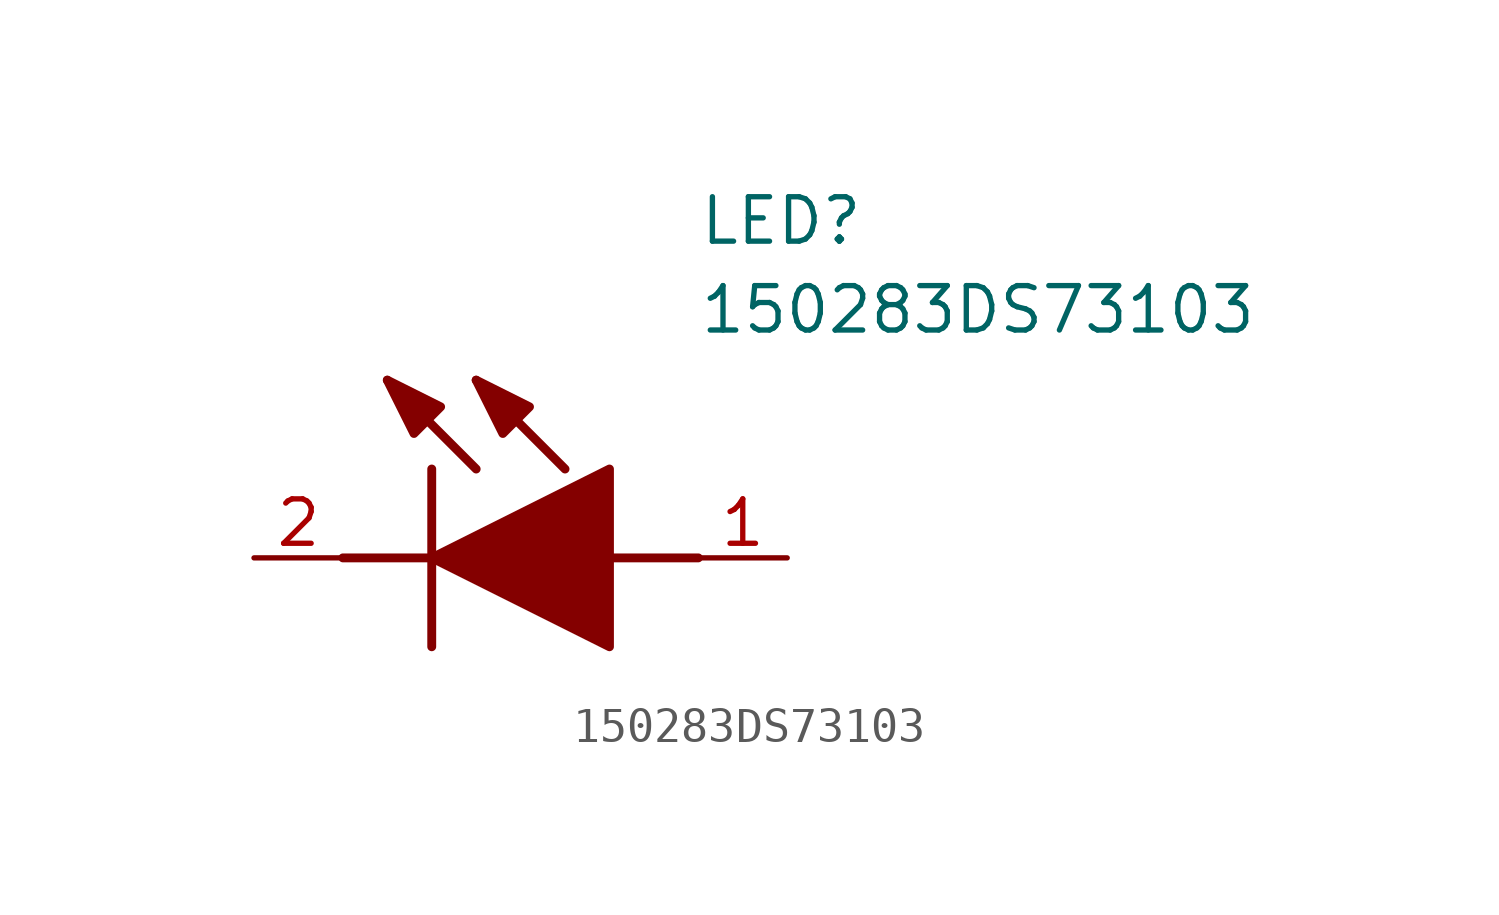
<source format=kicad_sym>
(kicad_symbol_lib
  (version 20211014)
  (generator SamacSys_ECAD_Model)
  (symbol "150283DS73103"
    (pin_names hide)
    (property "Reference" "LED"
      (at 12.7 8.89 0)
      (effects (font (size 1.27 1.27)) (justify left bottom)))
    (property "Value" "150283DS73103"
      (at 12.7 6.35 0)
      (effects (font (size 1.27 1.27)) (justify left bottom)))
    (polyline
      (pts (xy 5.08 2.54) (xy 5.08 -2.54))
      (stroke (width 0.254) (type default))
      (fill (type none)))
    (polyline
      (pts (xy 6.35 2.54) (xy 3.81 5.08))
      (stroke (width 0.254) (type default))
      (fill (type none)))
    (polyline
      (pts (xy 8.89 2.54) (xy 6.35 5.08))
      (stroke (width 0.254) (type default))
      (fill (type none)))
    (polyline
      (pts (xy 2.54 0) (xy 5.08 0))
      (stroke (width 0.254) (type default))
      (fill (type none)))
    (polyline
      (pts (xy 10.16 0) (xy 12.7 0))
      (stroke (width 0.254) (type default))
      (fill (type none)))
    (polyline
      (pts (xy 5.08 0) (xy 10.16 2.54) (xy 10.16 -2.54) (xy 5.08 0))
      (stroke (width 0.254) (type default))
      (fill (type outline)))
    (polyline
      (pts (xy 5.334 4.318) (xy 4.572 3.556) (xy 3.81 5.08) (xy 5.334 4.318))
      (stroke (width 0.254) (type default))
      (fill (type outline)))
    (polyline
      (pts (xy 7.874 4.318) (xy 7.112 3.556) (xy 6.35 5.08) (xy 7.874 4.318))
      (stroke (width 0.254) (type default))
      (fill (type outline)))
    (pin passive line
      (at 0 0 0)
      (length 2.54)
      (name "K" (effects (font (size 1.27 1.27))))
      (number "2" (effects (font (size 1.27 1.27)))))
    (pin passive line
      (at 15.24 0 180)
      (length 2.54)
      (name "A" (effects (font (size 1.27 1.27))))
      (number "1" (effects (font (size 1.27 1.27)))))))
</source>
